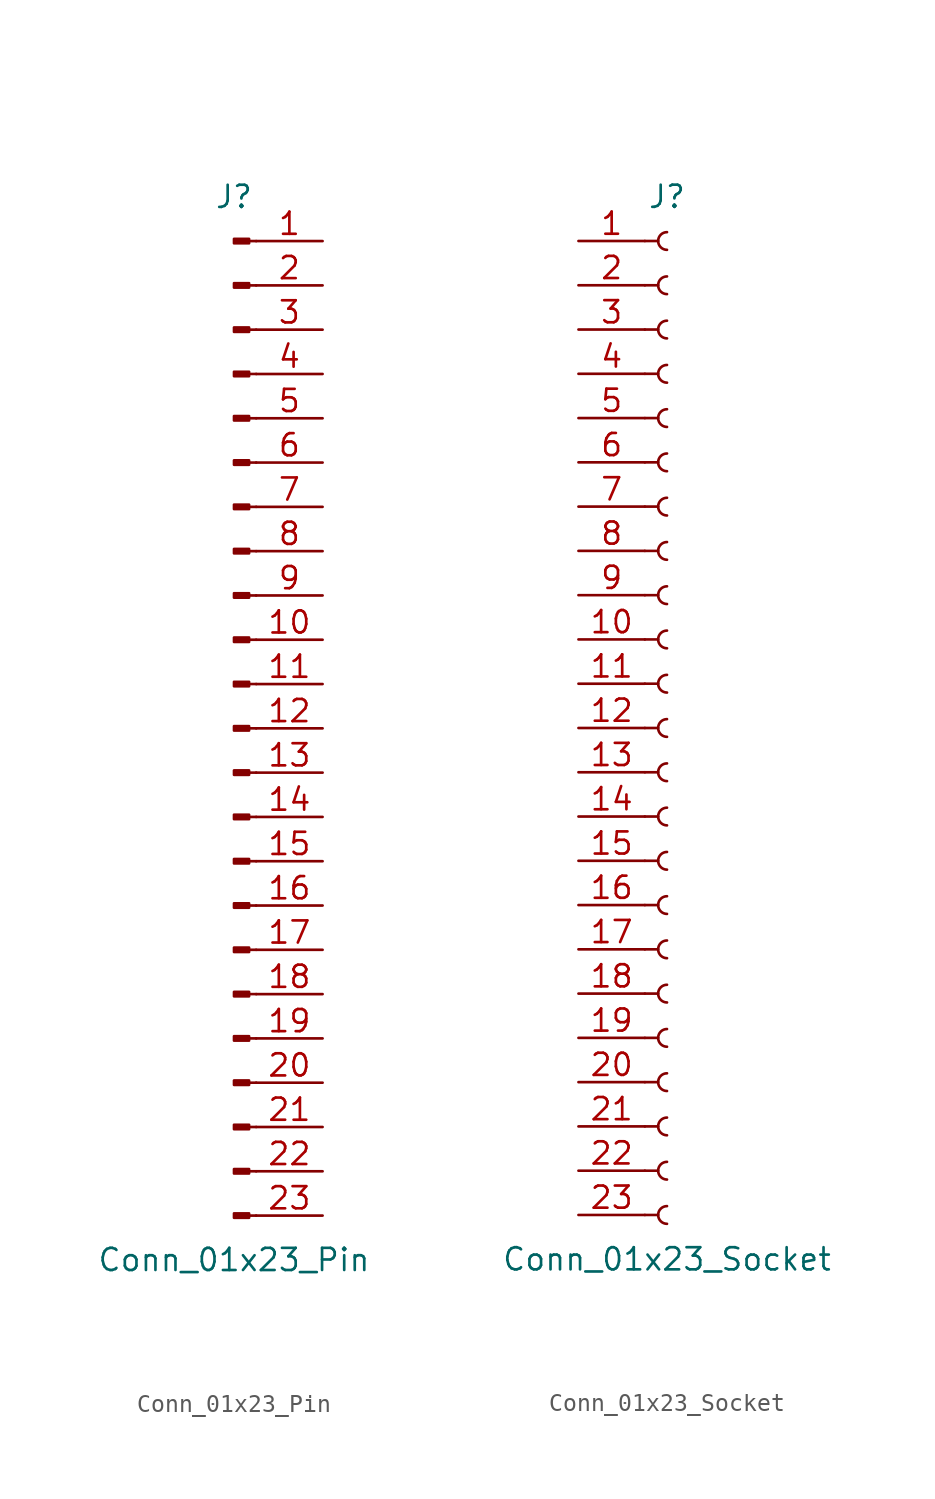
<source format=kicad_sym>
(kicad_symbol_lib
  (version 20241209)
  (generator "kicad_symbol_editor")
  (generator_version "9.0")
  (symbol "Conn_01x23_Pin"
    (pin_names
      (offset 1.016)
      (hide yes))
    (property "Reference" "J"
      (at 0 30.48 0)
      (effects (font (size 1.27 1.27))))
    (property "Value" "Conn_01x23_Pin"
      (at 0 -30.48 0)
      (effects (font (size 1.27 1.27))))
    (property "ki_locked" ""
      (at 0 0 0)
      (effects (font (size 1.27 1.27))))
    (symbol "Conn_01x23_Pin_1_1"
      (rectangle (start 0.864 28.067) (end 0 27.813) (stroke (width 0.152) (type default)) (fill (type outline)))
      (rectangle (start 0.864 25.527) (end 0 25.273) (stroke (width 0.152) (type default)) (fill (type outline)))
      (rectangle (start 0.864 22.987) (end 0 22.733) (stroke (width 0.152) (type default)) (fill (type outline)))
      (rectangle (start 0.864 20.447) (end 0 20.193) (stroke (width 0.152) (type default)) (fill (type outline)))
      (rectangle (start 0.864 17.907) (end 0 17.653) (stroke (width 0.152) (type default)) (fill (type outline)))
      (rectangle (start 0.864 15.367) (end 0 15.113) (stroke (width 0.152) (type default)) (fill (type outline)))
      (rectangle (start 0.864 12.827) (end 0 12.573) (stroke (width 0.152) (type default)) (fill (type outline)))
      (rectangle (start 0.864 10.287) (end 0 10.033) (stroke (width 0.152) (type default)) (fill (type outline)))
      (rectangle (start 0.864 7.747) (end 0 7.493) (stroke (width 0.152) (type default)) (fill (type outline)))
      (rectangle (start 0.864 5.207) (end 0 4.953) (stroke (width 0.152) (type default)) (fill (type outline)))
      (rectangle (start 0.864 2.667) (end 0 2.413) (stroke (width 0.152) (type default)) (fill (type outline)))
      (rectangle (start 0.864 0.127) (end 0 -0.127) (stroke (width 0.152) (type default)) (fill (type outline)))
      (rectangle (start 0.864 -2.413) (end 0 -2.667) (stroke (width 0.152) (type default)) (fill (type outline)))
      (rectangle (start 0.864 -4.953) (end 0 -5.207) (stroke (width 0.152) (type default)) (fill (type outline)))
      (rectangle (start 0.864 -7.493) (end 0 -7.747) (stroke (width 0.152) (type default)) (fill (type outline)))
      (rectangle (start 0.864 -10.033) (end 0 -10.287) (stroke (width 0.152) (type default)) (fill (type outline)))
      (rectangle (start 0.864 -12.573) (end 0 -12.827) (stroke (width 0.152) (type default)) (fill (type outline)))
      (rectangle (start 0.864 -15.113) (end 0 -15.367) (stroke (width 0.152) (type default)) (fill (type outline)))
      (rectangle (start 0.864 -17.653) (end 0 -17.907) (stroke (width 0.152) (type default)) (fill (type outline)))
      (rectangle (start 0.864 -20.193) (end 0 -20.447) (stroke (width 0.152) (type default)) (fill (type outline)))
      (rectangle (start 0.864 -22.733) (end 0 -22.987) (stroke (width 0.152) (type default)) (fill (type outline)))
      (rectangle (start 0.864 -25.273) (end 0 -25.527) (stroke (width 0.152) (type default)) (fill (type outline)))
      (rectangle (start 0.864 -27.813) (end 0 -28.067) (stroke (width 0.152) (type default)) (fill (type outline)))
      (polyline (pts (xy 1.27 27.94) (xy 0.864 27.94)) (stroke (width 0.152) (type default)) (fill (type none)))
      (polyline (pts (xy 1.27 25.4) (xy 0.864 25.4)) (stroke (width 0.152) (type default)) (fill (type none)))
      (polyline (pts (xy 1.27 22.86) (xy 0.864 22.86)) (stroke (width 0.152) (type default)) (fill (type none)))
      (polyline (pts (xy 1.27 20.32) (xy 0.864 20.32)) (stroke (width 0.152) (type default)) (fill (type none)))
      (polyline (pts (xy 1.27 17.78) (xy 0.864 17.78)) (stroke (width 0.152) (type default)) (fill (type none)))
      (polyline (pts (xy 1.27 15.24) (xy 0.864 15.24)) (stroke (width 0.152) (type default)) (fill (type none)))
      (polyline (pts (xy 1.27 12.7) (xy 0.864 12.7)) (stroke (width 0.152) (type default)) (fill (type none)))
      (polyline (pts (xy 1.27 10.16) (xy 0.864 10.16)) (stroke (width 0.152) (type default)) (fill (type none)))
      (polyline (pts (xy 1.27 7.62) (xy 0.864 7.62)) (stroke (width 0.152) (type default)) (fill (type none)))
      (polyline (pts (xy 1.27 5.08) (xy 0.864 5.08)) (stroke (width 0.152) (type default)) (fill (type none)))
      (polyline (pts (xy 1.27 2.54) (xy 0.864 2.54)) (stroke (width 0.152) (type default)) (fill (type none)))
      (polyline (pts (xy 1.27 0) (xy 0.864 0)) (stroke (width 0.152) (type default)) (fill (type none)))
      (polyline (pts (xy 1.27 -2.54) (xy 0.864 -2.54)) (stroke (width 0.152) (type default)) (fill (type none)))
      (polyline (pts (xy 1.27 -5.08) (xy 0.864 -5.08)) (stroke (width 0.152) (type default)) (fill (type none)))
      (polyline (pts (xy 1.27 -7.62) (xy 0.864 -7.62)) (stroke (width 0.152) (type default)) (fill (type none)))
      (polyline (pts (xy 1.27 -10.16) (xy 0.864 -10.16)) (stroke (width 0.152) (type default)) (fill (type none)))
      (polyline (pts (xy 1.27 -12.7) (xy 0.864 -12.7)) (stroke (width 0.152) (type default)) (fill (type none)))
      (polyline (pts (xy 1.27 -15.24) (xy 0.864 -15.24)) (stroke (width 0.152) (type default)) (fill (type none)))
      (polyline (pts (xy 1.27 -17.78) (xy 0.864 -17.78)) (stroke (width 0.152) (type default)) (fill (type none)))
      (polyline (pts (xy 1.27 -20.32) (xy 0.864 -20.32)) (stroke (width 0.152) (type default)) (fill (type none)))
      (polyline (pts (xy 1.27 -22.86) (xy 0.864 -22.86)) (stroke (width 0.152) (type default)) (fill (type none)))
      (polyline (pts (xy 1.27 -25.4) (xy 0.864 -25.4)) (stroke (width 0.152) (type default)) (fill (type none)))
      (polyline (pts (xy 1.27 -27.94) (xy 0.864 -27.94)) (stroke (width 0.152) (type default)) (fill (type none)))
      (pin passive line (at 5.08 27.94 180) (length 3.81) (name "Pin_1" (effects (font (size 1.27 1.27)))) (number "1" (effects (font (size 1.27 1.27)))))
      (pin passive line (at 5.08 25.4 180) (length 3.81) (name "Pin_2" (effects (font (size 1.27 1.27)))) (number "2" (effects (font (size 1.27 1.27)))))
      (pin passive line (at 5.08 22.86 180) (length 3.81) (name "Pin_3" (effects (font (size 1.27 1.27)))) (number "3" (effects (font (size 1.27 1.27)))))
      (pin passive line (at 5.08 20.32 180) (length 3.81) (name "Pin_4" (effects (font (size 1.27 1.27)))) (number "4" (effects (font (size 1.27 1.27)))))
      (pin passive line (at 5.08 17.78 180) (length 3.81) (name "Pin_5" (effects (font (size 1.27 1.27)))) (number "5" (effects (font (size 1.27 1.27)))))
      (pin passive line (at 5.08 15.24 180) (length 3.81) (name "Pin_6" (effects (font (size 1.27 1.27)))) (number "6" (effects (font (size 1.27 1.27)))))
      (pin passive line (at 5.08 12.7 180) (length 3.81) (name "Pin_7" (effects (font (size 1.27 1.27)))) (number "7" (effects (font (size 1.27 1.27)))))
      (pin passive line (at 5.08 10.16 180) (length 3.81) (name "Pin_8" (effects (font (size 1.27 1.27)))) (number "8" (effects (font (size 1.27 1.27)))))
      (pin passive line (at 5.08 7.62 180) (length 3.81) (name "Pin_9" (effects (font (size 1.27 1.27)))) (number "9" (effects (font (size 1.27 1.27)))))
      (pin passive line (at 5.08 5.08 180) (length 3.81) (name "Pin_10" (effects (font (size 1.27 1.27)))) (number "10" (effects (font (size 1.27 1.27)))))
      (pin passive line (at 5.08 2.54 180) (length 3.81) (name "Pin_11" (effects (font (size 1.27 1.27)))) (number "11" (effects (font (size 1.27 1.27)))))
      (pin passive line (at 5.08 0 180) (length 3.81) (name "Pin_12" (effects (font (size 1.27 1.27)))) (number "12" (effects (font (size 1.27 1.27)))))
      (pin passive line (at 5.08 -2.54 180) (length 3.81) (name "Pin_13" (effects (font (size 1.27 1.27)))) (number "13" (effects (font (size 1.27 1.27)))))
      (pin passive line (at 5.08 -5.08 180) (length 3.81) (name "Pin_14" (effects (font (size 1.27 1.27)))) (number "14" (effects (font (size 1.27 1.27)))))
      (pin passive line (at 5.08 -7.62 180) (length 3.81) (name "Pin_15" (effects (font (size 1.27 1.27)))) (number "15" (effects (font (size 1.27 1.27)))))
      (pin passive line (at 5.08 -10.16 180) (length 3.81) (name "Pin_16" (effects (font (size 1.27 1.27)))) (number "16" (effects (font (size 1.27 1.27)))))
      (pin passive line (at 5.08 -12.7 180) (length 3.81) (name "Pin_17" (effects (font (size 1.27 1.27)))) (number "17" (effects (font (size 1.27 1.27)))))
      (pin passive line (at 5.08 -15.24 180) (length 3.81) (name "Pin_18" (effects (font (size 1.27 1.27)))) (number "18" (effects (font (size 1.27 1.27)))))
      (pin passive line (at 5.08 -17.78 180) (length 3.81) (name "Pin_19" (effects (font (size 1.27 1.27)))) (number "19" (effects (font (size 1.27 1.27)))))
      (pin passive line (at 5.08 -20.32 180) (length 3.81) (name "Pin_20" (effects (font (size 1.27 1.27)))) (number "20" (effects (font (size 1.27 1.27)))))
      (pin passive line (at 5.08 -22.86 180) (length 3.81) (name "Pin_21" (effects (font (size 1.27 1.27)))) (number "21" (effects (font (size 1.27 1.27)))))
      (pin passive line (at 5.08 -25.4 180) (length 3.81) (name "Pin_22" (effects (font (size 1.27 1.27)))) (number "22" (effects (font (size 1.27 1.27)))))
      (pin passive line (at 5.08 -27.94 180) (length 3.81) (name "Pin_23" (effects (font (size 1.27 1.27)))) (number "23" (effects (font (size 1.27 1.27)))))))
  (symbol "Conn_01x23_Socket"
    (pin_names
      (offset 1.016)
      (hide yes))
    (property "Reference" "J"
      (at 0 30.48 0)
      (effects (font (size 1.27 1.27))))
    (property "Value" "Conn_01x23_Socket"
      (at 0 -30.48 0)
      (effects (font (size 1.27 1.27))))
    (property "ki_locked" ""
      (at 0 0 0)
      (effects (font (size 1.27 1.27))))
    (symbol "Conn_01x23_Socket_1_1"
      (polyline (pts (xy -1.27 27.94) (xy -0.508 27.94)) (stroke (width 0.152) (type default)) (fill (type none)))
      (polyline (pts (xy -1.27 25.4) (xy -0.508 25.4)) (stroke (width 0.152) (type default)) (fill (type none)))
      (polyline (pts (xy -1.27 22.86) (xy -0.508 22.86)) (stroke (width 0.152) (type default)) (fill (type none)))
      (polyline (pts (xy -1.27 20.32) (xy -0.508 20.32)) (stroke (width 0.152) (type default)) (fill (type none)))
      (polyline (pts (xy -1.27 17.78) (xy -0.508 17.78)) (stroke (width 0.152) (type default)) (fill (type none)))
      (polyline (pts (xy -1.27 15.24) (xy -0.508 15.24)) (stroke (width 0.152) (type default)) (fill (type none)))
      (polyline (pts (xy -1.27 12.7) (xy -0.508 12.7)) (stroke (width 0.152) (type default)) (fill (type none)))
      (polyline (pts (xy -1.27 10.16) (xy -0.508 10.16)) (stroke (width 0.152) (type default)) (fill (type none)))
      (polyline (pts (xy -1.27 7.62) (xy -0.508 7.62)) (stroke (width 0.152) (type default)) (fill (type none)))
      (polyline (pts (xy -1.27 5.08) (xy -0.508 5.08)) (stroke (width 0.152) (type default)) (fill (type none)))
      (polyline (pts (xy -1.27 2.54) (xy -0.508 2.54)) (stroke (width 0.152) (type default)) (fill (type none)))
      (polyline (pts (xy -1.27 0) (xy -0.508 0)) (stroke (width 0.152) (type default)) (fill (type none)))
      (polyline (pts (xy -1.27 -2.54) (xy -0.508 -2.54)) (stroke (width 0.152) (type default)) (fill (type none)))
      (polyline (pts (xy -1.27 -5.08) (xy -0.508 -5.08)) (stroke (width 0.152) (type default)) (fill (type none)))
      (polyline (pts (xy -1.27 -7.62) (xy -0.508 -7.62)) (stroke (width 0.152) (type default)) (fill (type none)))
      (polyline (pts (xy -1.27 -10.16) (xy -0.508 -10.16)) (stroke (width 0.152) (type default)) (fill (type none)))
      (polyline (pts (xy -1.27 -12.7) (xy -0.508 -12.7)) (stroke (width 0.152) (type default)) (fill (type none)))
      (polyline (pts (xy -1.27 -15.24) (xy -0.508 -15.24)) (stroke (width 0.152) (type default)) (fill (type none)))
      (polyline (pts (xy -1.27 -17.78) (xy -0.508 -17.78)) (stroke (width 0.152) (type default)) (fill (type none)))
      (polyline (pts (xy -1.27 -20.32) (xy -0.508 -20.32)) (stroke (width 0.152) (type default)) (fill (type none)))
      (polyline (pts (xy -1.27 -22.86) (xy -0.508 -22.86)) (stroke (width 0.152) (type default)) (fill (type none)))
      (polyline (pts (xy -1.27 -25.4) (xy -0.508 -25.4)) (stroke (width 0.152) (type default)) (fill (type none)))
      (polyline (pts (xy -1.27 -27.94) (xy -0.508 -27.94)) (stroke (width 0.152) (type default)) (fill (type none)))
      (arc (start 0 27.432) (mid -0.5058 27.94) (end 0 28.448) (stroke (width 0.1524) (type default)) (fill (type none)))
      (arc (start 0 24.892) (mid -0.5058 25.4) (end 0 25.908) (stroke (width 0.1524) (type default)) (fill (type none)))
      (arc (start 0 22.352) (mid -0.5058 22.86) (end 0 23.368) (stroke (width 0.1524) (type default)) (fill (type none)))
      (arc (start 0 19.812) (mid -0.5058 20.32) (end 0 20.828) (stroke (width 0.1524) (type default)) (fill (type none)))
      (arc (start 0 17.272) (mid -0.5058 17.78) (end 0 18.288) (stroke (width 0.1524) (type default)) (fill (type none)))
      (arc (start 0 14.732) (mid -0.5058 15.24) (end 0 15.748) (stroke (width 0.1524) (type default)) (fill (type none)))
      (arc (start 0 12.192) (mid -0.5058 12.7) (end 0 13.208) (stroke (width 0.1524) (type default)) (fill (type none)))
      (arc (start 0 9.652) (mid -0.5058 10.16) (end 0 10.668) (stroke (width 0.1524) (type default)) (fill (type none)))
      (arc (start 0 7.112) (mid -0.5058 7.62) (end 0 8.128) (stroke (width 0.1524) (type default)) (fill (type none)))
      (arc (start 0 4.572) (mid -0.5058 5.08) (end 0 5.588) (stroke (width 0.1524) (type default)) (fill (type none)))
      (arc (start 0 2.032) (mid -0.5058 2.54) (end 0 3.048) (stroke (width 0.1524) (type default)) (fill (type none)))
      (arc (start 0 -0.508) (mid -0.5058 0) (end 0 0.508) (stroke (width 0.1524) (type default)) (fill (type none)))
      (arc (start 0 -3.048) (mid -0.5058 -2.54) (end 0 -2.032) (stroke (width 0.1524) (type default)) (fill (type none)))
      (arc (start 0 -5.588) (mid -0.5058 -5.08) (end 0 -4.572) (stroke (width 0.1524) (type default)) (fill (type none)))
      (arc (start 0 -8.128) (mid -0.5058 -7.62) (end 0 -7.112) (stroke (width 0.1524) (type default)) (fill (type none)))
      (arc (start 0 -10.668) (mid -0.5058 -10.16) (end 0 -9.652) (stroke (width 0.1524) (type default)) (fill (type none)))
      (arc (start 0 -13.208) (mid -0.5058 -12.7) (end 0 -12.192) (stroke (width 0.1524) (type default)) (fill (type none)))
      (arc (start 0 -15.748) (mid -0.5058 -15.24) (end 0 -14.732) (stroke (width 0.1524) (type default)) (fill (type none)))
      (arc (start 0 -18.288) (mid -0.5058 -17.78) (end 0 -17.272) (stroke (width 0.1524) (type default)) (fill (type none)))
      (arc (start 0 -20.828) (mid -0.5058 -20.32) (end 0 -19.812) (stroke (width 0.1524) (type default)) (fill (type none)))
      (arc (start 0 -23.368) (mid -0.5058 -22.86) (end 0 -22.352) (stroke (width 0.1524) (type default)) (fill (type none)))
      (arc (start 0 -25.908) (mid -0.5058 -25.4) (end 0 -24.892) (stroke (width 0.1524) (type default)) (fill (type none)))
      (arc (start 0 -28.448) (mid -0.5058 -27.94) (end 0 -27.432) (stroke (width 0.1524) (type default)) (fill (type none)))
      (pin passive line (at -5.08 27.94 0) (length 3.81) (name "Pin_1" (effects (font (size 1.27 1.27)))) (number "1" (effects (font (size 1.27 1.27)))))
      (pin passive line (at -5.08 25.4 0) (length 3.81) (name "Pin_2" (effects (font (size 1.27 1.27)))) (number "2" (effects (font (size 1.27 1.27)))))
      (pin passive line (at -5.08 22.86 0) (length 3.81) (name "Pin_3" (effects (font (size 1.27 1.27)))) (number "3" (effects (font (size 1.27 1.27)))))
      (pin passive line (at -5.08 20.32 0) (length 3.81) (name "Pin_4" (effects (font (size 1.27 1.27)))) (number "4" (effects (font (size 1.27 1.27)))))
      (pin passive line (at -5.08 17.78 0) (length 3.81) (name "Pin_5" (effects (font (size 1.27 1.27)))) (number "5" (effects (font (size 1.27 1.27)))))
      (pin passive line (at -5.08 15.24 0) (length 3.81) (name "Pin_6" (effects (font (size 1.27 1.27)))) (number "6" (effects (font (size 1.27 1.27)))))
      (pin passive line (at -5.08 12.7 0) (length 3.81) (name "Pin_7" (effects (font (size 1.27 1.27)))) (number "7" (effects (font (size 1.27 1.27)))))
      (pin passive line (at -5.08 10.16 0) (length 3.81) (name "Pin_8" (effects (font (size 1.27 1.27)))) (number "8" (effects (font (size 1.27 1.27)))))
      (pin passive line (at -5.08 7.62 0) (length 3.81) (name "Pin_9" (effects (font (size 1.27 1.27)))) (number "9" (effects (font (size 1.27 1.27)))))
      (pin passive line (at -5.08 5.08 0) (length 3.81) (name "Pin_10" (effects (font (size 1.27 1.27)))) (number "10" (effects (font (size 1.27 1.27)))))
      (pin passive line (at -5.08 2.54 0) (length 3.81) (name "Pin_11" (effects (font (size 1.27 1.27)))) (number "11" (effects (font (size 1.27 1.27)))))
      (pin passive line (at -5.08 0 0) (length 3.81) (name "Pin_12" (effects (font (size 1.27 1.27)))) (number "12" (effects (font (size 1.27 1.27)))))
      (pin passive line (at -5.08 -2.54 0) (length 3.81) (name "Pin_13" (effects (font (size 1.27 1.27)))) (number "13" (effects (font (size 1.27 1.27)))))
      (pin passive line (at -5.08 -5.08 0) (length 3.81) (name "Pin_14" (effects (font (size 1.27 1.27)))) (number "14" (effects (font (size 1.27 1.27)))))
      (pin passive line (at -5.08 -7.62 0) (length 3.81) (name "Pin_15" (effects (font (size 1.27 1.27)))) (number "15" (effects (font (size 1.27 1.27)))))
      (pin passive line (at -5.08 -10.16 0) (length 3.81) (name "Pin_16" (effects (font (size 1.27 1.27)))) (number "16" (effects (font (size 1.27 1.27)))))
      (pin passive line (at -5.08 -12.7 0) (length 3.81) (name "Pin_17" (effects (font (size 1.27 1.27)))) (number "17" (effects (font (size 1.27 1.27)))))
      (pin passive line (at -5.08 -15.24 0) (length 3.81) (name "Pin_18" (effects (font (size 1.27 1.27)))) (number "18" (effects (font (size 1.27 1.27)))))
      (pin passive line (at -5.08 -17.78 0) (length 3.81) (name "Pin_19" (effects (font (size 1.27 1.27)))) (number "19" (effects (font (size 1.27 1.27)))))
      (pin passive line (at -5.08 -20.32 0) (length 3.81) (name "Pin_20" (effects (font (size 1.27 1.27)))) (number "20" (effects (font (size 1.27 1.27)))))
      (pin passive line (at -5.08 -22.86 0) (length 3.81) (name "Pin_21" (effects (font (size 1.27 1.27)))) (number "21" (effects (font (size 1.27 1.27)))))
      (pin passive line (at -5.08 -25.4 0) (length 3.81) (name "Pin_22" (effects (font (size 1.27 1.27)))) (number "22" (effects (font (size 1.27 1.27)))))
      (pin passive line (at -5.08 -27.94 0) (length 3.81) (name "Pin_23" (effects (font (size 1.27 1.27)))) (number "23" (effects (font (size 1.27 1.27))))))))
</source>
